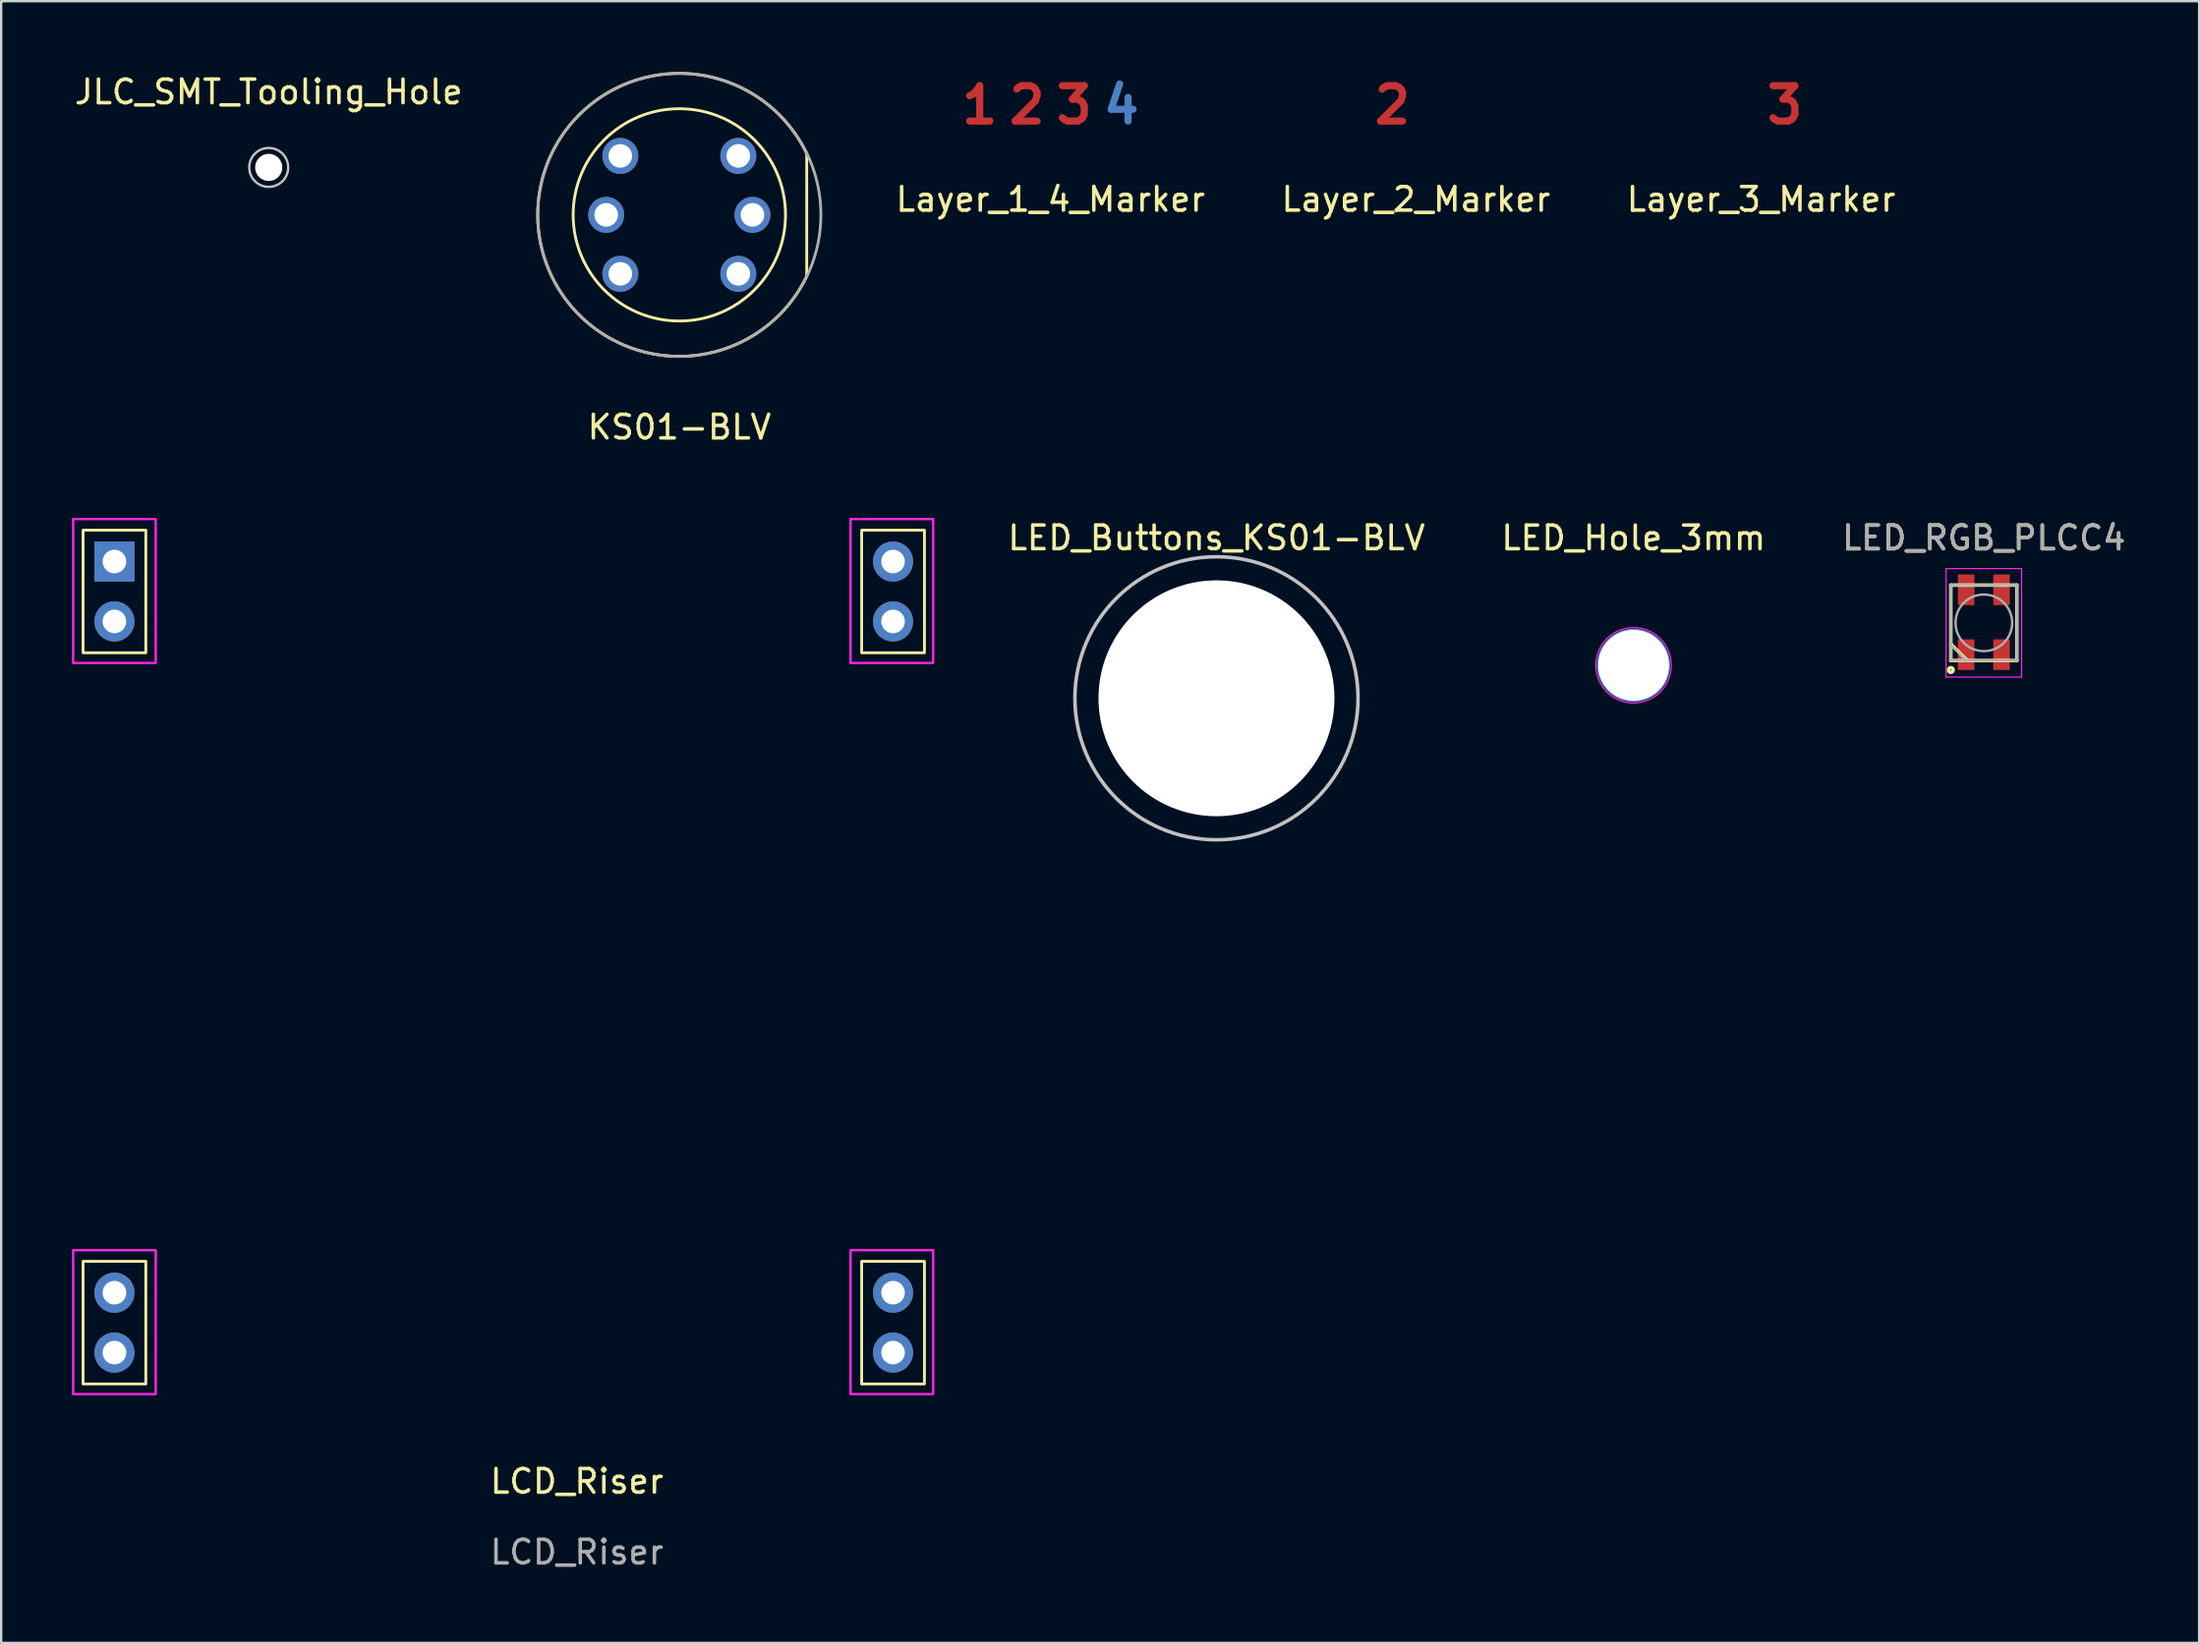
<source format=kicad_pcb>
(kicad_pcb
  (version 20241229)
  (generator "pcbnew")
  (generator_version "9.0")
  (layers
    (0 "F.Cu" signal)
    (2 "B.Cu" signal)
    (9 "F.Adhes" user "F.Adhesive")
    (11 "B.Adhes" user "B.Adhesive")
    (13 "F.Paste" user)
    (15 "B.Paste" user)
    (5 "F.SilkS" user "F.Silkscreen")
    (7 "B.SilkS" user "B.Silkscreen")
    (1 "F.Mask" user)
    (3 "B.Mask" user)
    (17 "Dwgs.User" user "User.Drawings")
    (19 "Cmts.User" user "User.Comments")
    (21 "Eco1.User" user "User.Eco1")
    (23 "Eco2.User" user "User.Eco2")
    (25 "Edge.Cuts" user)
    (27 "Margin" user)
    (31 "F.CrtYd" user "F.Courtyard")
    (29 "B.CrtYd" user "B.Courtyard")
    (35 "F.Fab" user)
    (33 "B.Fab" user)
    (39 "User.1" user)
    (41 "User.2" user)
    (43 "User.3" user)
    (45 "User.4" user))
  (footprint "LED_Buttons_KS01-BLV"
    (layer "F.Cu")
    (at 48.508 26.556)
    (property "Reference" "LED_Buttons_KS01-BLV" (at 0 -6.8 0) (layer "F.SilkS") (effects (font (size 1 1) (thickness 0.15))))
    (attr through_hole)
    (fp_circle (center 0 0) (end 6 0) (stroke (width 0.15) (type solid)) (fill no) (layer "Dwgs.User"))
    (fp_circle (center 0 0) (end 6 0) (stroke (width 0.05) (type solid)) (fill no) (layer "F.CrtYd"))
    (pad "" np_thru_hole circle (at 0 0) (size 10 10) (drill 10) (layers "*.Cu" "*.Mask")))
  (footprint "LCD_Riser"
    (layer "F.Cu")
    (at 1.8 20.758)
    (property "Reference" "LCD_Riser" (at 19.6 39 0) (unlocked yes) (layer "F.SilkS") (effects (font (size 1 1) (thickness 0.15))))
    (attr through_hole)
    (fp_rect (start -1.33 -1.33) (end 1.33 3.87) (stroke (width 0.12) (type default)) (fill no) (layer "F.SilkS"))
    (fp_rect (start -1.33 29.67) (end 1.33 34.87) (stroke (width 0.12) (type default)) (fill no) (layer "F.SilkS"))
    (fp_rect (start 31.67 -1.33) (end 34.33 3.87) (stroke (width 0.12) (type default)) (fill no) (layer "F.SilkS"))
    (fp_rect (start 31.67 29.67) (end 34.33 34.87) (stroke (width 0.12) (type default)) (fill no) (layer "F.SilkS"))
    (fp_rect (start -1.75 -1.8) (end 1.75 4.3) (stroke (width 0.1) (type default)) (fill no) (layer "F.CrtYd"))
    (fp_rect (start -1.75 29.2) (end 1.75 35.3) (stroke (width 0.1) (type default)) (fill no) (layer "F.CrtYd"))
    (fp_rect (start 31.2 -1.8) (end 34.7 4.3) (stroke (width 0.1) (type default)) (fill no) (layer "F.CrtYd"))
    (fp_rect (start 31.2 29.2) (end 34.7 35.3) (stroke (width 0.1) (type default)) (fill no) (layer "F.CrtYd"))
    (fp_text user "${REFERENCE}" (at 19.6 42 0) (unlocked yes) (layer "F.Fab") (effects (font (size 1 1) (thickness 0.15))))
    (pad "1" thru_hole rect (at 0 0) (size 1.7 1.7) (drill 1) (layers "*.Cu" "*.Mask"))
    (pad "2" thru_hole oval (at 0 2.54) (size 1.7 1.7) (drill 1) (layers "*.Cu" "*.Mask"))
    (pad "3" thru_hole circle (at 33 0) (size 1.7 1.7) (drill 1) (layers "*.Cu" "*.Mask"))
    (pad "4" thru_hole oval (at 33 2.54) (size 1.7 1.7) (drill 1) (layers "*.Cu" "*.Mask"))
    (pad "5" thru_hole oval (at 0 31) (size 1.7 1.7) (drill 1) (layers "*.Cu" "*.Mask"))
    (pad "6" thru_hole oval (at 0 33.54) (size 1.7 1.7) (drill 1) (layers "*.Cu" "*.Mask"))
    (pad "7" thru_hole oval (at 33 31) (size 1.7 1.7) (drill 1) (layers "*.Cu" "*.Mask"))
    (pad "8" thru_hole oval (at 33 33.54) (size 1.7 1.7) (drill 1) (layers "*.Cu" "*.Mask")))
  (footprint "Layer_3_Marker"
    (layer "F.Cu")
    (at 71.594 1.404)
    (property "Reference" "Layer_3_Marker" (at 0 4 0) (layer "F.SilkS") (effects (font (size 1 1) (thickness 0.15))))
    (attr through_hole)
    (fp_poly (pts (xy 4 1) (xy -4 1) (xy -4 -1) (xy 4 -1)) (stroke (width 0.1) (type solid)) (fill yes) (layer "F.Mask"))
    (fp_poly (pts (xy 4 1) (xy -4 1) (xy -4 -1) (xy 4 -1)) (stroke (width 0.1) (type solid)) (fill yes) (layer "B.Mask"))
    (fp_text user "3" (at 1 0 0) (layer "F.Cu") (effects (font (size 1.5 1.5) (thickness 0.3)))))
  (footprint "LED_Hole_3mm"
    (layer "F.Cu")
    (at 66.187 25.157)
    (property "Reference" "LED_Hole_3mm" (at 0 -5.4 0) (layer "F.SilkS") (effects (font (size 1 1) (thickness 0.15))))
    (attr through_hole)
    (fp_circle (center 0 0) (end 1.5 0) (stroke (width 0.1) (type solid)) (fill no) (layer "Cmts.User"))
    (fp_circle (center 0 0) (end 1.6 0) (stroke (width 0.05) (type solid)) (fill no) (layer "F.CrtYd"))
    (pad "" np_thru_hole circle (at 0 0) (size 3 3) (drill 3) (layers "*.Cu" "*.Mask")))
  (footprint "Layer_1_4_Marker"
    (layer "F.Cu")
    (at 41.475 1.404)
    (property "Reference" "Layer_1_4_Marker" (at 0 4 0) (layer "F.SilkS") (effects (font (size 1 1) (thickness 0.15))))
    (attr through_hole)
    (fp_poly (pts (xy 4 1) (xy -4 1) (xy -4 -1) (xy 4 -1)) (stroke (width 0.1) (type solid)) (fill yes) (layer "F.Mask"))
    (fp_poly (pts (xy 4 1) (xy -4 1) (xy -4 -1) (xy 4 -1)) (stroke (width 0.1) (type solid)) (fill yes) (layer "B.Mask"))
    (fp_text user "2" (at -1 0 0) (layer "F.Cu") (effects (font (size 1.5 1.5) (thickness 0.3))))
    (fp_text user "3" (at 1 0 0) (layer "F.Cu") (effects (font (size 1.5 1.5) (thickness 0.3))))
    (fp_text user "1" (at -3 0 0) (layer "F.Cu") (effects (font (size 1.5 1.5) (thickness 0.3))))
    (fp_text user "4" (at 3 0 0) (layer "B.Cu") (effects (font (size 1.5 1.5) (thickness 0.3)))))
  (footprint "KS01-BLV"
    (layer "F.Cu")
    (at 25.742 6.06)
    (property "Reference" "KS01-BLV" (at 0 9 0) (unlocked yes) (layer "F.SilkS") (effects (font (size 1 1) (thickness 0.15))))
    (attr through_hole)
    (fp_line (start 5.4 2.6) (end 5.4 -2.6) (stroke (width 0.12) (type solid)) (layer "F.SilkS"))
    (fp_arc (start 5.4 2.6) (mid -6.00362 0) (end 5.4 -2.6) (stroke (width 0.12) (type solid)) (layer "F.SilkS"))
    (fp_circle (center 0 0) (end 4.5 0) (stroke (width 0.12) (type solid)) (fill no) (layer "F.SilkS"))
    (fp_circle (center 0 0) (end 6 0) (stroke (width 0.12) (type solid)) (fill no) (layer "F.Fab"))
    (pad "1" thru_hole circle (at -2.5 -2.5) (size 1.524 1.524) (drill 1) (layers "*.Cu" "*.Mask"))
    (pad "2" thru_hole circle (at 2.5 -2.5) (size 1.524 1.524) (drill 1) (layers "*.Cu" "*.Mask"))
    (pad "3" thru_hole circle (at -2.5 2.5) (size 1.524 1.524) (drill 1) (layers "*.Cu" "*.Mask"))
    (pad "4" thru_hole circle (at 2.5 2.5) (size 1.524 1.524) (drill 1) (layers "*.Cu" "*.Mask"))
    (pad "5" thru_hole circle (at -3.1 0) (size 1.524 1.524) (drill 1) (layers "*.Cu" "*.Mask"))
    (pad "6" thru_hole circle (at 3.1 0) (size 1.524 1.524) (drill 1) (layers "*.Cu" "*.Mask")))
  (footprint "LED_RGB_PLCC4"
    (layer "F.Cu")
    (at 81.032 23.357)
    (property "Reference" "LED_RGB_PLCC4" (at 0 -3.6 0) (layer "F.SilkS") (effects (font (size 1 1) (thickness 0.15))))
    (attr smd)
    (fp_line (start -1.4 1.6) (end -1.4 -1.6) (stroke (width 0.15) (type solid)) (layer "F.SilkS"))
    (fp_line (start -0.725 1.575) (end -1.4 0.9) (stroke (width 0.15) (type solid)) (layer "F.SilkS"))
    (fp_line (start 1.4 -1.6) (end -1.4 -1.6) (stroke (width 0.15) (type solid)) (layer "F.SilkS"))
    (fp_line (start 1.4 1.6) (end -1.4 1.6) (stroke (width 0.15) (type solid)) (layer "F.SilkS"))
    (fp_line (start 1.4 1.6) (end 1.4 -1.6) (stroke (width 0.15) (type solid)) (layer "F.SilkS"))
    (fp_circle (center -1.4 2) (end -1.3 2) (stroke (width 0.15) (type solid)) (fill no) (layer "F.SilkS"))
    (fp_line (start -1.6 -2.3) (end -1.6 2.3) (stroke (width 0.05) (type solid)) (layer "F.CrtYd"))
    (fp_line (start -1.6 2.3) (end 1.6 2.3) (stroke (width 0.05) (type solid)) (layer "F.CrtYd"))
    (fp_line (start 1.6 -2.3) (end -1.6 -2.3) (stroke (width 0.05) (type solid)) (layer "F.CrtYd"))
    (fp_line (start 1.6 2.3) (end 1.6 -2.3) (stroke (width 0.05) (type solid)) (layer "F.CrtYd"))
    (fp_line (start -1.4 -1.6) (end 1.4 -1.6) (stroke (width 0.1) (type solid)) (layer "F.Fab"))
    (fp_line (start -1.4 1.6) (end -1.4 -1.6) (stroke (width 0.1) (type solid)) (layer "F.Fab"))
    (fp_line (start -0.725 1.6) (end -1.4 0.925) (stroke (width 0.1) (type solid)) (layer "F.Fab"))
    (fp_line (start 1.4 -1.6) (end 1.4 1.6) (stroke (width 0.1) (type solid)) (layer "F.Fab"))
    (fp_line (start 1.4 1.6) (end -1.4 1.6) (stroke (width 0.1) (type solid)) (layer "F.Fab"))
    (fp_circle (center 0 0) (end 1.2 0) (stroke (width 0.1) (type solid)) (fill no) (layer "F.Fab"))
    (fp_text user "${REFERENCE}" (at 0 -3.6 0) (layer "F.Fab") (effects (font (size 1 1) (thickness 0.15))))
    (pad "1" smd rect (at -0.75 1.35) (size 0.7 1.3) (layers "F.Cu" "F.Mask" "F.Paste"))
    (pad "2" smd rect (at -0.75 -1.4) (size 0.7 1.3) (layers "F.Cu" "F.Mask" "F.Paste"))
    (pad "3" smd rect (at 0.75 -1.4) (size 0.7 1.3) (layers "F.Cu" "F.Mask" "F.Paste"))
    (pad "4" smd rect (at 0.75 1.35) (size 0.7 1.3) (layers "F.Cu" "F.Mask" "F.Paste")))
  (footprint "Layer_2_Marker"
    (layer "F.Cu")
    (at 56.963 1.404)
    (property "Reference" "Layer_2_Marker" (at 0 4 0) (layer "F.SilkS") (effects (font (size 1 1) (thickness 0.15))))
    (attr through_hole)
    (fp_poly (pts (xy 4 1) (xy -4 1) (xy -4 -1) (xy 4 -1)) (stroke (width 0.1) (type solid)) (fill yes) (layer "F.Mask"))
    (fp_poly (pts (xy 4 1) (xy -4 1) (xy -4 -1) (xy 4 -1)) (stroke (width 0.1) (type solid)) (fill yes) (layer "B.Mask"))
    (fp_text user "2" (at -1 0 0) (layer "F.Cu") (effects (font (size 1.5 1.5) (thickness 0.3)))))
  (footprint "JLC_SMT_Tooling_Hole"
    (layer "F.Cu")
    (at 8.339 4.048)
    (property "Reference" "JLC_SMT_Tooling_Hole" (at 0 -3.2 0) (layer "F.SilkS") (effects (font (size 1 1) (thickness 0.15))))
    (attr exclude_from_pos_files exclude_from_bom)
    (fp_circle (center 0 0) (end 0.825 0) (stroke (width 0.1) (type solid)) (fill no) (layer "Dwgs.User"))
    (fp_circle (center 0 0) (end 0.825 0) (stroke (width 0.05) (type solid)) (fill no) (layer "F.CrtYd"))
    (pad "" np_thru_hole circle (at 0 0) (size 1.152 1.152) (drill 1.152) (layers "*.Cu" "*.Mask")))
  (gr_rect
    (start -3 -3)
    (end 90.157 66.606)
    (stroke (width 0.1) (type default))
    (fill no)
    (layer "Edge.Cuts")))
</source>
